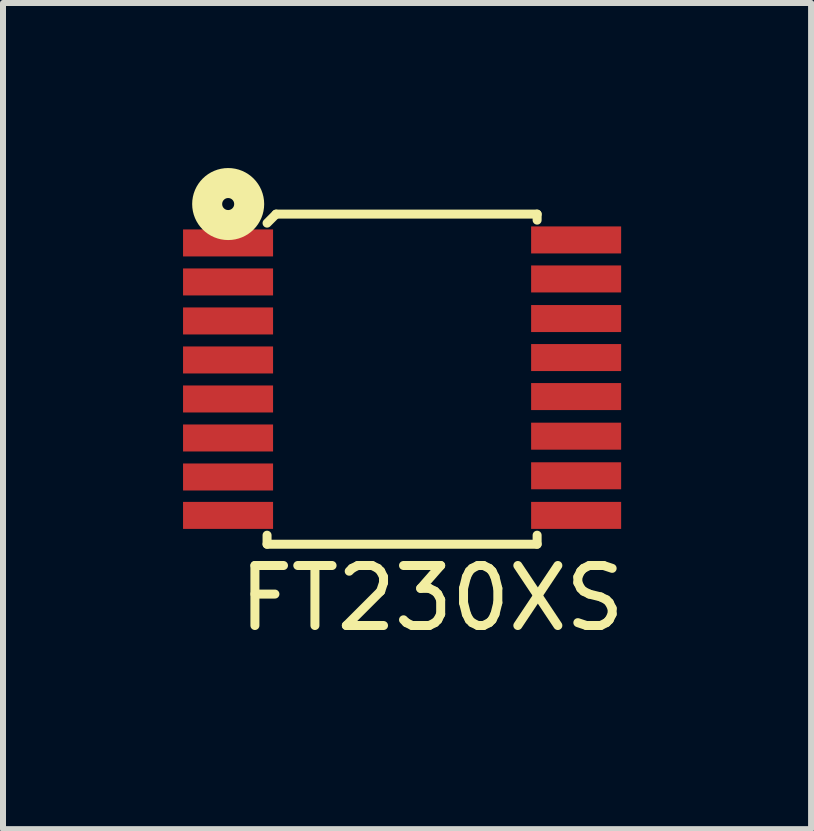
<source format=kicad_pcb>
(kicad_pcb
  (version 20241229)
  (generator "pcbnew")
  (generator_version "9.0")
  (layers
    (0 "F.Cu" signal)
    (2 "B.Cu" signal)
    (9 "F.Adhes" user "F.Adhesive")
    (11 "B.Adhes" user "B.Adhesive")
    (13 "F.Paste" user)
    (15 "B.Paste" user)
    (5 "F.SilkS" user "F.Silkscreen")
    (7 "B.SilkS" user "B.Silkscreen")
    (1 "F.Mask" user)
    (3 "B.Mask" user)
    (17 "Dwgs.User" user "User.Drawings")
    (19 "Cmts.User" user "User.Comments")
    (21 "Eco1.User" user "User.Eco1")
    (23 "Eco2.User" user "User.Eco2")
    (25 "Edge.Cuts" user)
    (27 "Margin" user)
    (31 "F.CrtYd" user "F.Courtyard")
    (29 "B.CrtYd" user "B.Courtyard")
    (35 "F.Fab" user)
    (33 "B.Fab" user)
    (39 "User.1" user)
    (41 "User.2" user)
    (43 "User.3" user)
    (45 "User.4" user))
  (footprint "FT230XS"
    (layer "F.Cu")
    (at 0.75 0.998)
    (property "Reference" "FT230XS" (at 3.4 5.92 0) (layer "F.SilkS") (effects (font (size 1 1) (thickness 0.15))))
    (attr through_hole)
    (fp_line (start 0.65 4.87) (end 0.65 5.02) (stroke (width 0.15) (type solid)) (layer "F.SilkS"))
    (fp_line (start 0.65 5.02) (end 5.15 5.02) (stroke (width 0.15) (type solid)) (layer "F.SilkS"))
    (fp_line (start 0.8 -0.48) (end 0.65 -0.33) (stroke (width 0.15) (type solid)) (layer "F.SilkS"))
    (fp_line (start 0.8 -0.48) (end 5.15 -0.48) (stroke (width 0.15) (type solid)) (layer "F.SilkS"))
    (fp_line (start 5.15 -0.38) (end 5.15 -0.48) (stroke (width 0.15) (type solid)) (layer "F.SilkS"))
    (fp_line (start 5.15 4.87) (end 5.15 5.02) (stroke (width 0.15) (type solid)) (layer "F.SilkS"))
    (fp_circle (center 0.002 -0.648) (end 0.102 -0.648) (stroke (width 0.5) (type solid)) (fill no) (layer "F.SilkS"))
    (pad "1" smd rect (at 0 0) (size 1.5 0.45) (layers "F.Cu" "F.Mask" "F.Paste"))
    (pad "2" smd rect (at 0 0.65) (size 1.5 0.45) (layers "F.Cu" "F.Mask" "F.Paste"))
    (pad "3" smd rect (at 0 1.3) (size 1.5 0.45) (layers "F.Cu" "F.Mask" "F.Paste"))
    (pad "4" smd rect (at 0 1.95) (size 1.5 0.45) (layers "F.Cu" "F.Mask" "F.Paste"))
    (pad "5" smd rect (at 0 2.6) (size 1.5 0.45) (layers "F.Cu" "F.Mask" "F.Paste"))
    (pad "6" smd rect (at 0 3.25) (size 1.5 0.45) (layers "F.Cu" "F.Mask" "F.Paste"))
    (pad "7" smd rect (at 0 3.9) (size 1.5 0.45) (layers "F.Cu" "F.Mask" "F.Paste"))
    (pad "8" smd rect (at 0 4.54) (size 1.5 0.45) (layers "F.Cu" "F.Mask" "F.Paste"))
    (pad "9" smd rect (at 5.8 4.54) (size 1.5 0.45) (layers "F.Cu" "F.Mask" "F.Paste"))
    (pad "10" smd rect (at 5.8 3.88) (size 1.5 0.45) (layers "F.Cu" "F.Mask" "F.Paste"))
    (pad "11" smd rect (at 5.8 3.22) (size 1.5 0.45) (layers "F.Cu" "F.Mask" "F.Paste"))
    (pad "12" smd rect (at 5.8 2.56) (size 1.5 0.45) (layers "F.Cu" "F.Mask" "F.Paste"))
    (pad "13" smd rect (at 5.8 1.91) (size 1.5 0.45) (layers "F.Cu" "F.Mask" "F.Paste"))
    (pad "14" smd rect (at 5.8 1.26) (size 1.5 0.45) (layers "F.Cu" "F.Mask" "F.Paste"))
    (pad "15" smd rect (at 5.8 0.6) (size 1.5 0.45) (layers "F.Cu" "F.Mask" "F.Paste"))
    (pad "16" smd rect (at 5.8 -0.05) (size 1.5 0.45) (layers "F.Cu" "F.Mask" "F.Paste")))
  (gr_rect
    (start -3 -3)
    (end 10.465 10.766)
    (stroke (width 0.1) (type default))
    (fill no)
    (layer "Edge.Cuts")))
</source>
